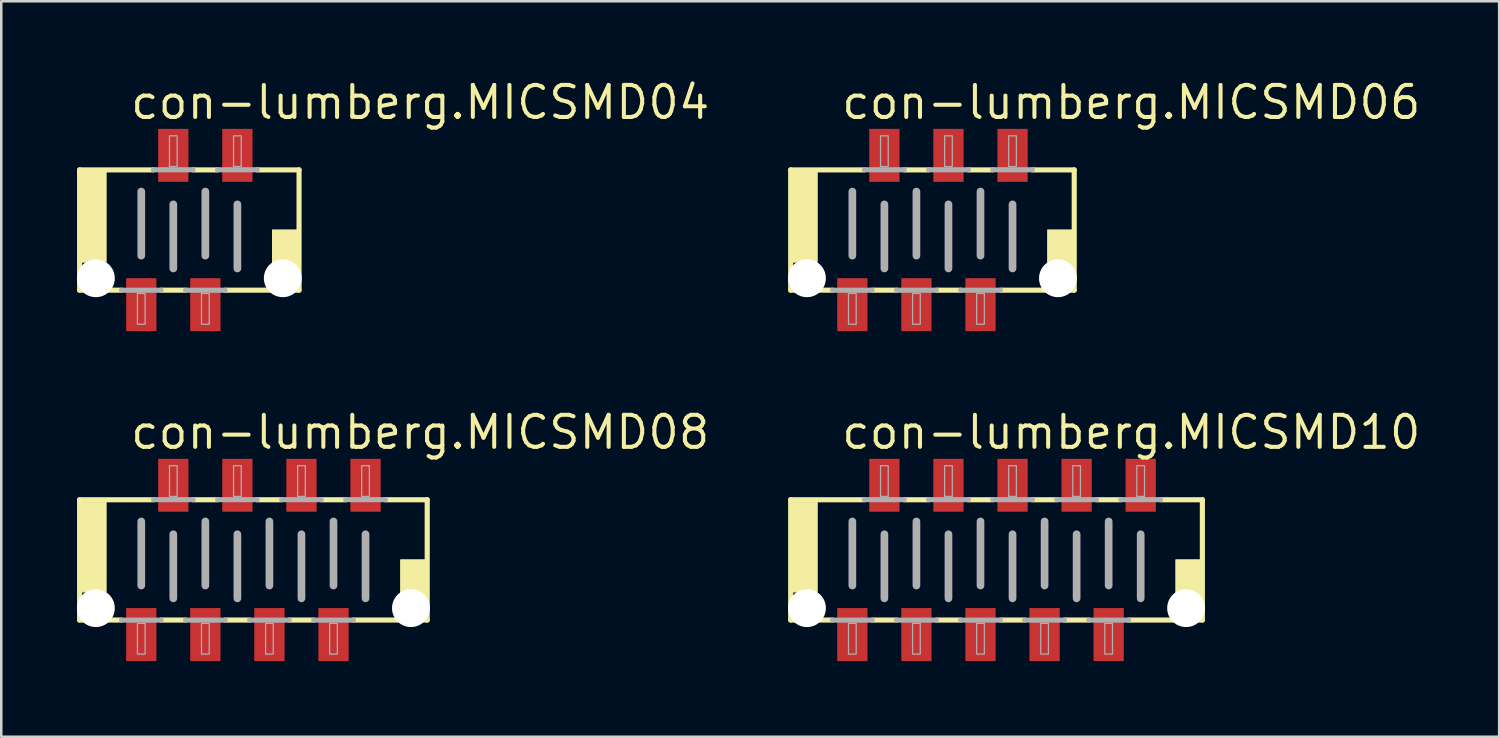
<source format=kicad_pcb>
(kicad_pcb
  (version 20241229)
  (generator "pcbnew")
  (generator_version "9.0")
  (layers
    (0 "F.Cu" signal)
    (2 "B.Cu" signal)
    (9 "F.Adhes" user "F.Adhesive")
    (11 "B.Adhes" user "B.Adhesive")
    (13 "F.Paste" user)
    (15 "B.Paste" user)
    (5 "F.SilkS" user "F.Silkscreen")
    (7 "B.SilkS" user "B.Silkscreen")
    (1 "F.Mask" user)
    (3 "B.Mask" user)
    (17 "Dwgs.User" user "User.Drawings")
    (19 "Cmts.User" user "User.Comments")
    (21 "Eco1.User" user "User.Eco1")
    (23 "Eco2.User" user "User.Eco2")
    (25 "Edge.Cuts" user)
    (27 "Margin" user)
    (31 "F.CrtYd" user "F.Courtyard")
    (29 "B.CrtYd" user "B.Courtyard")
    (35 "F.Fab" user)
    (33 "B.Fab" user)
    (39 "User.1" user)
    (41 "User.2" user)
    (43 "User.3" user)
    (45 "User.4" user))
  (footprint "con-lumberg.MICSMD10"
    (layer "F.Cu")
    (at 36.453 19.145)
    (property "Reference" "con-lumberg.MICSMD10" (at -6.223 -4.318 0) (layer "F.SilkS") (effects (font (size 1.27 1.27) (thickness 0.16)) (justify left bottom)))
    (attr smd)
    (fp_line (start -8.16 -2.384) (end -5.232 -2.384) (stroke (width 0.203) (type default)) (layer "F.SilkS"))
    (fp_line (start -8.16 2.384) (end -8.16 -2.384) (stroke (width 0.203) (type default)) (layer "F.SilkS"))
    (fp_line (start -6.502 2.384) (end -8.16 2.384) (stroke (width 0.203) (type default)) (layer "F.SilkS"))
    (fp_line (start -3.962 2.384) (end -4.928 2.384) (stroke (width 0.203) (type default)) (layer "F.SilkS"))
    (fp_line (start -3.658 -2.384) (end -2.692 -2.384) (stroke (width 0.203) (type default)) (layer "F.SilkS"))
    (fp_line (start -1.422 2.384) (end -2.388 2.384) (stroke (width 0.203) (type default)) (layer "F.SilkS"))
    (fp_line (start -1.118 -2.384) (end -0.152 -2.384) (stroke (width 0.203) (type default)) (layer "F.SilkS"))
    (fp_line (start 1.118 2.384) (end 0.152 2.384) (stroke (width 0.203) (type default)) (layer "F.SilkS"))
    (fp_line (start 1.422 -2.384) (end 2.388 -2.384) (stroke (width 0.203) (type default)) (layer "F.SilkS"))
    (fp_line (start 3.658 2.384) (end 2.692 2.384) (stroke (width 0.203) (type default)) (layer "F.SilkS"))
    (fp_line (start 3.962 -2.384) (end 4.928 -2.384) (stroke (width 0.203) (type default)) (layer "F.SilkS"))
    (fp_line (start 6.502 -2.384) (end 8.16 -2.384) (stroke (width 0.203) (type default)) (layer "F.SilkS"))
    (fp_line (start 8.16 -2.384) (end 8.16 2.384) (stroke (width 0.203) (type default)) (layer "F.SilkS"))
    (fp_line (start 8.16 2.384) (end 5.232 2.384) (stroke (width 0.203) (type default)) (layer "F.SilkS"))
    (fp_rect (start -8.128 1.27) (end -7.112 -2.286) (stroke (width 0.05) (type default)) (fill yes) (layer "F.SilkS"))
    (fp_rect (start 7.112 2.286) (end 8.128 0) (stroke (width 0.05) (type default)) (fill yes) (layer "F.SilkS"))
    (fp_line (start -5.715 -1.524) (end -5.715 1.016) (stroke (width 0.305) (type default)) (layer "F.Fab"))
    (fp_line (start -5.232 -2.388) (end -3.658 -2.388) (stroke (width 0.203) (type default)) (layer "F.Fab"))
    (fp_line (start -4.928 2.388) (end -6.502 2.388) (stroke (width 0.203) (type default)) (layer "F.Fab"))
    (fp_line (start -4.445 -1.016) (end -4.445 1.524) (stroke (width 0.305) (type default)) (layer "F.Fab"))
    (fp_line (start -3.175 -1.524) (end -3.175 1.016) (stroke (width 0.305) (type default)) (layer "F.Fab"))
    (fp_line (start -2.692 -2.388) (end -1.118 -2.388) (stroke (width 0.203) (type default)) (layer "F.Fab"))
    (fp_line (start -2.388 2.388) (end -3.962 2.388) (stroke (width 0.203) (type default)) (layer "F.Fab"))
    (fp_line (start -1.905 -1.016) (end -1.905 1.524) (stroke (width 0.305) (type default)) (layer "F.Fab"))
    (fp_line (start -0.635 -1.524) (end -0.635 1.016) (stroke (width 0.305) (type default)) (layer "F.Fab"))
    (fp_line (start -0.152 -2.388) (end 1.422 -2.388) (stroke (width 0.203) (type default)) (layer "F.Fab"))
    (fp_line (start 0.152 2.388) (end -1.422 2.388) (stroke (width 0.203) (type default)) (layer "F.Fab"))
    (fp_line (start 0.635 -1.016) (end 0.635 1.524) (stroke (width 0.305) (type default)) (layer "F.Fab"))
    (fp_line (start 1.905 -1.524) (end 1.905 1.016) (stroke (width 0.305) (type default)) (layer "F.Fab"))
    (fp_line (start 2.388 -2.388) (end 3.962 -2.388) (stroke (width 0.203) (type default)) (layer "F.Fab"))
    (fp_line (start 2.692 2.388) (end 1.118 2.388) (stroke (width 0.203) (type default)) (layer "F.Fab"))
    (fp_line (start 3.175 -1.016) (end 3.175 1.524) (stroke (width 0.305) (type default)) (layer "F.Fab"))
    (fp_line (start 4.445 -1.524) (end 4.445 1.016) (stroke (width 0.305) (type default)) (layer "F.Fab"))
    (fp_line (start 4.928 -2.388) (end 6.502 -2.388) (stroke (width 0.203) (type default)) (layer "F.Fab"))
    (fp_line (start 5.232 2.388) (end 3.658 2.388) (stroke (width 0.203) (type default)) (layer "F.Fab"))
    (fp_line (start 5.715 -1.016) (end 5.715 1.524) (stroke (width 0.305) (type default)) (layer "F.Fab"))
    (fp_rect (start -5.867 3.734) (end -5.563 2.515) (stroke (width 0.05) (type default)) (fill no) (layer "F.Fab"))
    (fp_rect (start -4.597 -2.515) (end -4.293 -3.734) (stroke (width 0.05) (type default)) (fill no) (layer "F.Fab"))
    (fp_rect (start -3.327 3.734) (end -3.023 2.515) (stroke (width 0.05) (type default)) (fill no) (layer "F.Fab"))
    (fp_rect (start -2.057 -2.515) (end -1.753 -3.734) (stroke (width 0.05) (type default)) (fill no) (layer "F.Fab"))
    (fp_rect (start -0.787 3.734) (end -0.483 2.515) (stroke (width 0.05) (type default)) (fill no) (layer "F.Fab"))
    (fp_rect (start 0.483 -2.515) (end 0.787 -3.734) (stroke (width 0.05) (type default)) (fill no) (layer "F.Fab"))
    (fp_rect (start 1.753 3.734) (end 2.057 2.515) (stroke (width 0.05) (type default)) (fill no) (layer "F.Fab"))
    (fp_rect (start 3.023 -2.515) (end 3.327 -3.734) (stroke (width 0.05) (type default)) (fill no) (layer "F.Fab"))
    (fp_rect (start 4.293 3.734) (end 4.597 2.515) (stroke (width 0.05) (type default)) (fill no) (layer "F.Fab"))
    (fp_rect (start 5.563 -2.515) (end 5.867 -3.734) (stroke (width 0.05) (type default)) (fill no) (layer "F.Fab"))
    (pad "" np_thru_hole circle (at -7.515 1.912) (size 1.5 1.5) (drill 1.5) (layers "*.Cu" "*.Mask"))
    (pad "" np_thru_hole circle (at 7.515 1.912) (size 1.5 1.5) (drill 1.5) (layers "*.Cu" "*.Mask"))
    (pad "1" smd roundrect (at -5.715 2.959) (size 1.2 2.1) (layers "F.Cu" "F.Mask" "F.Paste") (roundrect_rratio 0.01))
    (pad "2" smd roundrect (at -4.445 -2.959) (size 1.2 2.1) (layers "F.Cu" "F.Mask" "F.Paste") (roundrect_rratio 0.01))
    (pad "3" smd roundrect (at -3.175 2.959) (size 1.2 2.1) (layers "F.Cu" "F.Mask" "F.Paste") (roundrect_rratio 0.01))
    (pad "4" smd roundrect (at -1.905 -2.959) (size 1.2 2.1) (layers "F.Cu" "F.Mask" "F.Paste") (roundrect_rratio 0.01))
    (pad "5" smd roundrect (at -0.635 2.959) (size 1.2 2.1) (layers "F.Cu" "F.Mask" "F.Paste") (roundrect_rratio 0.01))
    (pad "6" smd roundrect (at 0.635 -2.959) (size 1.2 2.1) (layers "F.Cu" "F.Mask" "F.Paste") (roundrect_rratio 0.01))
    (pad "7" smd roundrect (at 1.905 2.959) (size 1.2 2.1) (layers "F.Cu" "F.Mask" "F.Paste") (roundrect_rratio 0.01))
    (pad "8" smd roundrect (at 3.175 -2.959) (size 1.2 2.1) (layers "F.Cu" "F.Mask" "F.Paste") (roundrect_rratio 0.01))
    (pad "9" smd roundrect (at 4.445 2.959) (size 1.2 2.1) (layers "F.Cu" "F.Mask" "F.Paste") (roundrect_rratio 0.01))
    (pad "10" smd roundrect (at 5.715 -2.959) (size 1.2 2.1) (layers "F.Cu" "F.Mask" "F.Paste") (roundrect_rratio 0.01)))
  (footprint "con-lumberg.MICSMD04"
    (layer "F.Cu")
    (at 4.455 6.068)
    (property "Reference" "con-lumberg.MICSMD04" (at -2.413 -4.318 0) (layer "F.SilkS") (effects (font (size 1.27 1.27) (thickness 0.16)) (justify left bottom)))
    (attr smd)
    (fp_line (start -4.35 -2.384) (end -1.422 -2.384) (stroke (width 0.203) (type default)) (layer "F.SilkS"))
    (fp_line (start -4.35 2.384) (end -4.35 -2.384) (stroke (width 0.203) (type default)) (layer "F.SilkS"))
    (fp_line (start -2.692 2.384) (end -4.35 2.384) (stroke (width 0.203) (type default)) (layer "F.SilkS"))
    (fp_line (start -0.152 2.384) (end -1.118 2.384) (stroke (width 0.203) (type default)) (layer "F.SilkS"))
    (fp_line (start 0.152 -2.384) (end 1.118 -2.384) (stroke (width 0.203) (type default)) (layer "F.SilkS"))
    (fp_line (start 2.692 -2.384) (end 4.35 -2.384) (stroke (width 0.203) (type default)) (layer "F.SilkS"))
    (fp_line (start 4.35 -2.384) (end 4.35 2.384) (stroke (width 0.203) (type default)) (layer "F.SilkS"))
    (fp_line (start 4.35 2.384) (end 1.422 2.384) (stroke (width 0.203) (type default)) (layer "F.SilkS"))
    (fp_rect (start -4.318 1.27) (end -3.302 -2.286) (stroke (width 0.05) (type default)) (fill yes) (layer "F.SilkS"))
    (fp_rect (start 3.302 2.286) (end 4.318 0) (stroke (width 0.05) (type default)) (fill yes) (layer "F.SilkS"))
    (fp_line (start -1.905 -1.524) (end -1.905 1.016) (stroke (width 0.305) (type default)) (layer "F.Fab"))
    (fp_line (start -1.422 -2.388) (end 0.152 -2.388) (stroke (width 0.203) (type default)) (layer "F.Fab"))
    (fp_line (start -1.118 2.388) (end -2.692 2.388) (stroke (width 0.203) (type default)) (layer "F.Fab"))
    (fp_line (start -0.635 -1.016) (end -0.635 1.524) (stroke (width 0.305) (type default)) (layer "F.Fab"))
    (fp_line (start 0.635 -1.524) (end 0.635 1.016) (stroke (width 0.305) (type default)) (layer "F.Fab"))
    (fp_line (start 1.118 -2.388) (end 2.692 -2.388) (stroke (width 0.203) (type default)) (layer "F.Fab"))
    (fp_line (start 1.422 2.388) (end -0.152 2.388) (stroke (width 0.203) (type default)) (layer "F.Fab"))
    (fp_line (start 1.905 -1.016) (end 1.905 1.524) (stroke (width 0.305) (type default)) (layer "F.Fab"))
    (fp_rect (start -2.057 3.734) (end -1.753 2.515) (stroke (width 0.05) (type default)) (fill no) (layer "F.Fab"))
    (fp_rect (start -0.787 -2.515) (end -0.483 -3.734) (stroke (width 0.05) (type default)) (fill no) (layer "F.Fab"))
    (fp_rect (start 0.483 3.734) (end 0.787 2.515) (stroke (width 0.05) (type default)) (fill no) (layer "F.Fab"))
    (fp_rect (start 1.753 -2.515) (end 2.057 -3.734) (stroke (width 0.05) (type default)) (fill no) (layer "F.Fab"))
    (pad "" np_thru_hole circle (at -3.705 1.912) (size 1.5 1.5) (drill 1.5) (layers "*.Cu" "*.Mask"))
    (pad "" np_thru_hole circle (at 3.705 1.912) (size 1.5 1.5) (drill 1.5) (layers "*.Cu" "*.Mask"))
    (pad "1" smd roundrect (at -1.905 2.959) (size 1.2 2.1) (layers "F.Cu" "F.Mask" "F.Paste") (roundrect_rratio 0.01))
    (pad "2" smd roundrect (at -0.635 -2.959) (size 1.2 2.1) (layers "F.Cu" "F.Mask" "F.Paste") (roundrect_rratio 0.01))
    (pad "3" smd roundrect (at 0.635 2.959) (size 1.2 2.1) (layers "F.Cu" "F.Mask" "F.Paste") (roundrect_rratio 0.01))
    (pad "4" smd roundrect (at 1.905 -2.959) (size 1.2 2.1) (layers "F.Cu" "F.Mask" "F.Paste") (roundrect_rratio 0.01)))
  (footprint "con-lumberg.MICSMD08"
    (layer "F.Cu")
    (at 6.995 19.145)
    (property "Reference" "con-lumberg.MICSMD08" (at -4.953 -4.318 0) (layer "F.SilkS") (effects (font (size 1.27 1.27) (thickness 0.16)) (justify left bottom)))
    (attr smd)
    (fp_line (start -6.89 -2.384) (end -3.962 -2.384) (stroke (width 0.203) (type default)) (layer "F.SilkS"))
    (fp_line (start -6.89 2.384) (end -6.89 -2.384) (stroke (width 0.203) (type default)) (layer "F.SilkS"))
    (fp_line (start -5.232 2.384) (end -6.89 2.384) (stroke (width 0.203) (type default)) (layer "F.SilkS"))
    (fp_line (start -2.692 2.384) (end -3.658 2.384) (stroke (width 0.203) (type default)) (layer "F.SilkS"))
    (fp_line (start -2.388 -2.384) (end -1.422 -2.384) (stroke (width 0.203) (type default)) (layer "F.SilkS"))
    (fp_line (start -0.152 2.384) (end -1.118 2.384) (stroke (width 0.203) (type default)) (layer "F.SilkS"))
    (fp_line (start 0.152 -2.384) (end 1.118 -2.384) (stroke (width 0.203) (type default)) (layer "F.SilkS"))
    (fp_line (start 2.388 2.384) (end 1.422 2.384) (stroke (width 0.203) (type default)) (layer "F.SilkS"))
    (fp_line (start 2.692 -2.384) (end 3.658 -2.384) (stroke (width 0.203) (type default)) (layer "F.SilkS"))
    (fp_line (start 5.232 -2.384) (end 6.89 -2.384) (stroke (width 0.203) (type default)) (layer "F.SilkS"))
    (fp_line (start 6.89 -2.384) (end 6.89 2.384) (stroke (width 0.203) (type default)) (layer "F.SilkS"))
    (fp_line (start 6.89 2.384) (end 3.962 2.384) (stroke (width 0.203) (type default)) (layer "F.SilkS"))
    (fp_rect (start -6.858 1.27) (end -5.842 -2.286) (stroke (width 0.05) (type default)) (fill yes) (layer "F.SilkS"))
    (fp_rect (start 5.842 2.286) (end 6.858 0) (stroke (width 0.05) (type default)) (fill yes) (layer "F.SilkS"))
    (fp_line (start -4.445 -1.524) (end -4.445 1.016) (stroke (width 0.305) (type default)) (layer "F.Fab"))
    (fp_line (start -3.962 -2.388) (end -2.388 -2.388) (stroke (width 0.203) (type default)) (layer "F.Fab"))
    (fp_line (start -3.658 2.388) (end -5.232 2.388) (stroke (width 0.203) (type default)) (layer "F.Fab"))
    (fp_line (start -3.175 -1.016) (end -3.175 1.524) (stroke (width 0.305) (type default)) (layer "F.Fab"))
    (fp_line (start -1.905 -1.524) (end -1.905 1.016) (stroke (width 0.305) (type default)) (layer "F.Fab"))
    (fp_line (start -1.422 -2.388) (end 0.152 -2.388) (stroke (width 0.203) (type default)) (layer "F.Fab"))
    (fp_line (start -1.118 2.388) (end -2.692 2.388) (stroke (width 0.203) (type default)) (layer "F.Fab"))
    (fp_line (start -0.635 -1.016) (end -0.635 1.524) (stroke (width 0.305) (type default)) (layer "F.Fab"))
    (fp_line (start 0.635 -1.524) (end 0.635 1.016) (stroke (width 0.305) (type default)) (layer "F.Fab"))
    (fp_line (start 1.118 -2.388) (end 2.692 -2.388) (stroke (width 0.203) (type default)) (layer "F.Fab"))
    (fp_line (start 1.422 2.388) (end -0.152 2.388) (stroke (width 0.203) (type default)) (layer "F.Fab"))
    (fp_line (start 1.905 -1.016) (end 1.905 1.524) (stroke (width 0.305) (type default)) (layer "F.Fab"))
    (fp_line (start 3.175 -1.524) (end 3.175 1.016) (stroke (width 0.305) (type default)) (layer "F.Fab"))
    (fp_line (start 3.658 -2.388) (end 5.232 -2.388) (stroke (width 0.203) (type default)) (layer "F.Fab"))
    (fp_line (start 3.962 2.388) (end 2.388 2.388) (stroke (width 0.203) (type default)) (layer "F.Fab"))
    (fp_line (start 4.445 -1.016) (end 4.445 1.524) (stroke (width 0.305) (type default)) (layer "F.Fab"))
    (fp_rect (start -4.597 3.734) (end -4.293 2.515) (stroke (width 0.05) (type default)) (fill no) (layer "F.Fab"))
    (fp_rect (start -3.327 -2.515) (end -3.023 -3.734) (stroke (width 0.05) (type default)) (fill no) (layer "F.Fab"))
    (fp_rect (start -2.057 3.734) (end -1.753 2.515) (stroke (width 0.05) (type default)) (fill no) (layer "F.Fab"))
    (fp_rect (start -0.787 -2.515) (end -0.483 -3.734) (stroke (width 0.05) (type default)) (fill no) (layer "F.Fab"))
    (fp_rect (start 0.483 3.734) (end 0.787 2.515) (stroke (width 0.05) (type default)) (fill no) (layer "F.Fab"))
    (fp_rect (start 1.753 -2.515) (end 2.057 -3.734) (stroke (width 0.05) (type default)) (fill no) (layer "F.Fab"))
    (fp_rect (start 3.023 3.734) (end 3.327 2.515) (stroke (width 0.05) (type default)) (fill no) (layer "F.Fab"))
    (fp_rect (start 4.293 -2.515) (end 4.597 -3.734) (stroke (width 0.05) (type default)) (fill no) (layer "F.Fab"))
    (pad "" np_thru_hole circle (at -6.245 1.912) (size 1.5 1.5) (drill 1.5) (layers "*.Cu" "*.Mask"))
    (pad "" np_thru_hole circle (at 6.245 1.912) (size 1.5 1.5) (drill 1.5) (layers "*.Cu" "*.Mask"))
    (pad "1" smd roundrect (at -4.445 2.959) (size 1.2 2.1) (layers "F.Cu" "F.Mask" "F.Paste") (roundrect_rratio 0.01))
    (pad "2" smd roundrect (at -3.175 -2.959) (size 1.2 2.1) (layers "F.Cu" "F.Mask" "F.Paste") (roundrect_rratio 0.01))
    (pad "3" smd roundrect (at -1.905 2.959) (size 1.2 2.1) (layers "F.Cu" "F.Mask" "F.Paste") (roundrect_rratio 0.01))
    (pad "4" smd roundrect (at -0.635 -2.959) (size 1.2 2.1) (layers "F.Cu" "F.Mask" "F.Paste") (roundrect_rratio 0.01))
    (pad "5" smd roundrect (at 0.635 2.959) (size 1.2 2.1) (layers "F.Cu" "F.Mask" "F.Paste") (roundrect_rratio 0.01))
    (pad "6" smd roundrect (at 1.905 -2.959) (size 1.2 2.1) (layers "F.Cu" "F.Mask" "F.Paste") (roundrect_rratio 0.01))
    (pad "7" smd roundrect (at 3.175 2.959) (size 1.2 2.1) (layers "F.Cu" "F.Mask" "F.Paste") (roundrect_rratio 0.01))
    (pad "8" smd roundrect (at 4.445 -2.959) (size 1.2 2.1) (layers "F.Cu" "F.Mask" "F.Paste") (roundrect_rratio 0.01)))
  (footprint "con-lumberg.MICSMD06"
    (layer "F.Cu")
    (at 33.913 6.068)
    (property "Reference" "con-lumberg.MICSMD06" (at -3.683 -4.318 0) (layer "F.SilkS") (effects (font (size 1.27 1.27) (thickness 0.16)) (justify left bottom)))
    (attr smd)
    (fp_line (start -5.62 -2.384) (end -2.692 -2.384) (stroke (width 0.203) (type default)) (layer "F.SilkS"))
    (fp_line (start -5.62 2.384) (end -5.62 -2.384) (stroke (width 0.203) (type default)) (layer "F.SilkS"))
    (fp_line (start -3.962 2.384) (end -5.62 2.384) (stroke (width 0.203) (type default)) (layer "F.SilkS"))
    (fp_line (start -1.422 2.384) (end -2.388 2.384) (stroke (width 0.203) (type default)) (layer "F.SilkS"))
    (fp_line (start -1.118 -2.384) (end -0.152 -2.384) (stroke (width 0.203) (type default)) (layer "F.SilkS"))
    (fp_line (start 1.118 2.384) (end 0.152 2.384) (stroke (width 0.203) (type default)) (layer "F.SilkS"))
    (fp_line (start 1.422 -2.384) (end 2.388 -2.384) (stroke (width 0.203) (type default)) (layer "F.SilkS"))
    (fp_line (start 3.962 -2.384) (end 5.62 -2.384) (stroke (width 0.203) (type default)) (layer "F.SilkS"))
    (fp_line (start 5.62 -2.384) (end 5.62 2.384) (stroke (width 0.203) (type default)) (layer "F.SilkS"))
    (fp_line (start 5.62 2.384) (end 2.692 2.384) (stroke (width 0.203) (type default)) (layer "F.SilkS"))
    (fp_rect (start -5.588 1.27) (end -4.572 -2.286) (stroke (width 0.05) (type default)) (fill yes) (layer "F.SilkS"))
    (fp_rect (start 4.572 2.286) (end 5.588 0) (stroke (width 0.05) (type default)) (fill yes) (layer "F.SilkS"))
    (fp_line (start -3.175 -1.524) (end -3.175 1.016) (stroke (width 0.305) (type default)) (layer "F.Fab"))
    (fp_line (start -2.692 -2.388) (end -1.118 -2.388) (stroke (width 0.203) (type default)) (layer "F.Fab"))
    (fp_line (start -2.388 2.388) (end -3.962 2.388) (stroke (width 0.203) (type default)) (layer "F.Fab"))
    (fp_line (start -1.905 -1.016) (end -1.905 1.524) (stroke (width 0.305) (type default)) (layer "F.Fab"))
    (fp_line (start -0.635 -1.524) (end -0.635 1.016) (stroke (width 0.305) (type default)) (layer "F.Fab"))
    (fp_line (start -0.152 -2.388) (end 1.422 -2.388) (stroke (width 0.203) (type default)) (layer "F.Fab"))
    (fp_line (start 0.152 2.388) (end -1.422 2.388) (stroke (width 0.203) (type default)) (layer "F.Fab"))
    (fp_line (start 0.635 -1.016) (end 0.635 1.524) (stroke (width 0.305) (type default)) (layer "F.Fab"))
    (fp_line (start 1.905 -1.524) (end 1.905 1.016) (stroke (width 0.305) (type default)) (layer "F.Fab"))
    (fp_line (start 2.388 -2.388) (end 3.962 -2.388) (stroke (width 0.203) (type default)) (layer "F.Fab"))
    (fp_line (start 2.692 2.388) (end 1.118 2.388) (stroke (width 0.203) (type default)) (layer "F.Fab"))
    (fp_line (start 3.175 -1.016) (end 3.175 1.524) (stroke (width 0.305) (type default)) (layer "F.Fab"))
    (fp_rect (start -3.327 3.734) (end -3.023 2.515) (stroke (width 0.05) (type default)) (fill no) (layer "F.Fab"))
    (fp_rect (start -2.057 -2.515) (end -1.753 -3.734) (stroke (width 0.05) (type default)) (fill no) (layer "F.Fab"))
    (fp_rect (start -0.787 3.734) (end -0.483 2.515) (stroke (width 0.05) (type default)) (fill no) (layer "F.Fab"))
    (fp_rect (start 0.483 -2.515) (end 0.787 -3.734) (stroke (width 0.05) (type default)) (fill no) (layer "F.Fab"))
    (fp_rect (start 1.753 3.734) (end 2.057 2.515) (stroke (width 0.05) (type default)) (fill no) (layer "F.Fab"))
    (fp_rect (start 3.023 -2.515) (end 3.327 -3.734) (stroke (width 0.05) (type default)) (fill no) (layer "F.Fab"))
    (pad "" np_thru_hole circle (at -4.975 1.912) (size 1.5 1.5) (drill 1.5) (layers "*.Cu" "*.Mask"))
    (pad "" np_thru_hole circle (at 4.975 1.912) (size 1.5 1.5) (drill 1.5) (layers "*.Cu" "*.Mask"))
    (pad "1" smd roundrect (at -3.175 2.959) (size 1.2 2.1) (layers "F.Cu" "F.Mask" "F.Paste") (roundrect_rratio 0.01))
    (pad "2" smd roundrect (at -1.905 -2.959) (size 1.2 2.1) (layers "F.Cu" "F.Mask" "F.Paste") (roundrect_rratio 0.01))
    (pad "3" smd roundrect (at -0.635 2.959) (size 1.2 2.1) (layers "F.Cu" "F.Mask" "F.Paste") (roundrect_rratio 0.01))
    (pad "4" smd roundrect (at 0.635 -2.959) (size 1.2 2.1) (layers "F.Cu" "F.Mask" "F.Paste") (roundrect_rratio 0.01))
    (pad "5" smd roundrect (at 1.905 2.959) (size 1.2 2.1) (layers "F.Cu" "F.Mask" "F.Paste") (roundrect_rratio 0.01))
    (pad "6" smd roundrect (at 3.175 -2.959) (size 1.2 2.1) (layers "F.Cu" "F.Mask" "F.Paste") (roundrect_rratio 0.01)))
  (gr_rect
    (start -3 -3)
    (end 56.377 26.154)
    (stroke (width 0.1) (type default))
    (fill no)
    (layer "Edge.Cuts")))
</source>
